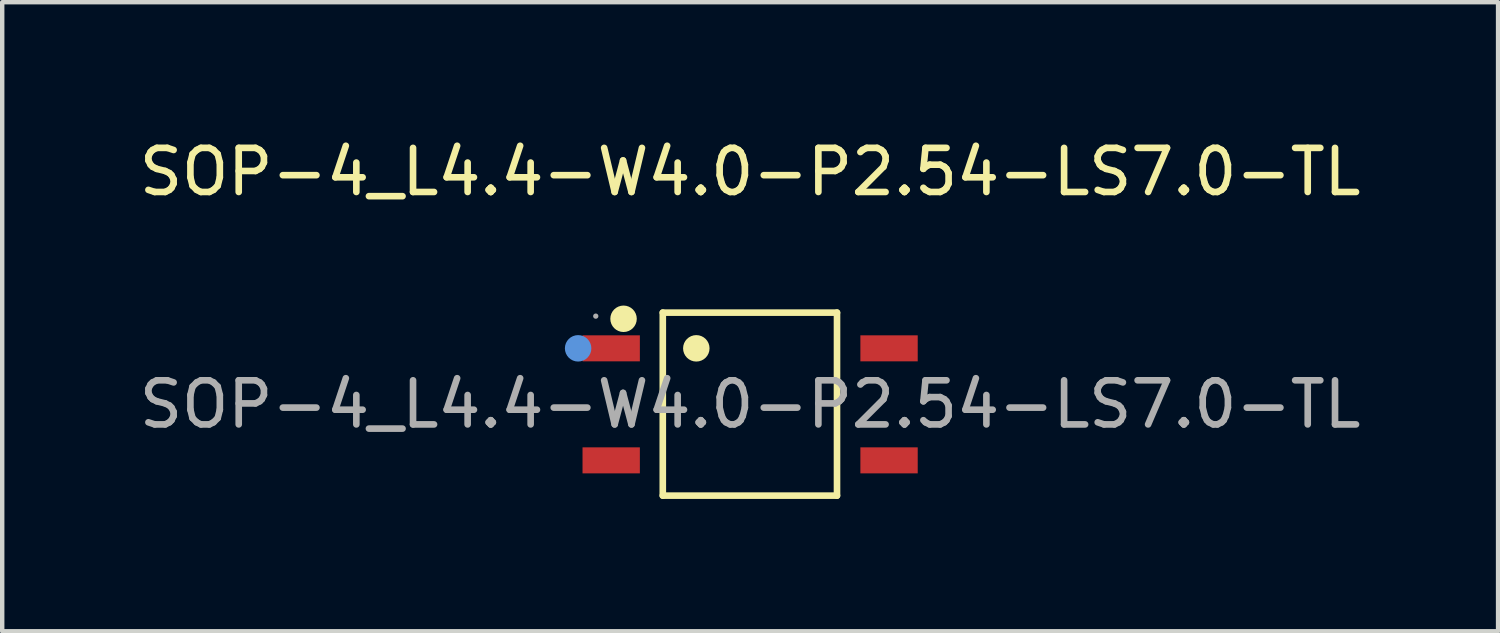
<source format=kicad_pcb>
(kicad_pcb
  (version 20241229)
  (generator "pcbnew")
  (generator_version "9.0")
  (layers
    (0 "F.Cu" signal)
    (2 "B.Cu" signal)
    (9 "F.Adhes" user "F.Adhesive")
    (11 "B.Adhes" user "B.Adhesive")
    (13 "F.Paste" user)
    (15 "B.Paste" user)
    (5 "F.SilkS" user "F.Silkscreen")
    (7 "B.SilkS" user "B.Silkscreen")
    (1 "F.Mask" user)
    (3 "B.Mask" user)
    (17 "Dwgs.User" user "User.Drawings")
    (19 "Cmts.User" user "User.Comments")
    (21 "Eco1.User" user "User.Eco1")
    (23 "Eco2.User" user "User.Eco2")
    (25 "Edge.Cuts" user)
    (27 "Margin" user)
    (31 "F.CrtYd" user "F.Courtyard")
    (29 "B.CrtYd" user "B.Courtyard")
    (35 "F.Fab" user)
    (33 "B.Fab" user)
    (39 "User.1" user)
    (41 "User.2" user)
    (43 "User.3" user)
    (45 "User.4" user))
  (footprint "SOP-4_L4.4-W4.0-P2.54-LS7.0-TL"
    (layer "F.Cu")
    (at 13.958 6.118)
    (property "Reference" "SOP-4_L4.4-W4.0-P2.54-LS7.0-TL" (at 0 -5.27 0) (layer "F.SilkS") (effects (font (size 1 1) (thickness 0.15))))
    (attr smd)
    (fp_line (start -1.98 -2.08) (end 1.97 -2.08) (stroke (width 0.15) (type solid)) (layer "F.SilkS"))
    (fp_line (start -1.98 2.07) (end -1.98 -2.08) (stroke (width 0.15) (type solid)) (layer "F.SilkS"))
    (fp_line (start 1.97 -2.08) (end 1.97 2.07) (stroke (width 0.15) (type solid)) (layer "F.SilkS"))
    (fp_line (start 1.97 2.07) (end -1.98 2.07) (stroke (width 0.15) (type solid)) (layer "F.SilkS"))
    (fp_circle (center -2.87 -1.94) (end -2.72 -1.94) (stroke (width 0.3) (type solid)) (fill no) (layer "F.SilkS"))
    (fp_circle (center -1.22 -1.27) (end -1.07 -1.27) (stroke (width 0.3) (type solid)) (fill no) (layer "F.SilkS"))
    (fp_circle (center -3.9 -1.27) (end -3.75 -1.27) (stroke (width 0.3) (type solid)) (fill no) (layer "Cmts.User"))
    (fp_circle (center -3.5 -2) (end -3.47 -2) (stroke (width 0.06) (type solid)) (fill no) (layer "F.Fab"))
    (fp_text user "${REFERENCE}" (at 0 0 0) (layer "F.Fab") (effects (font (size 1 1) (thickness 0.15))))
    (pad "1" smd rect (at -3.15 -1.27 270) (size 0.59 1.3) (layers "F.Cu" "F.Mask" "F.Paste"))
    (pad "2" smd rect (at -3.15 1.27 270) (size 0.59 1.3) (layers "F.Cu" "F.Mask" "F.Paste"))
    (pad "3" smd rect (at 3.15 1.27 270) (size 0.59 1.3) (layers "F.Cu" "F.Mask" "F.Paste"))
    (pad "4" smd rect (at 3.15 -1.27 270) (size 0.59 1.3) (layers "F.Cu" "F.Mask" "F.Paste")))
  (gr_rect
    (start -3 -3)
    (end 30.917 11.263)
    (stroke (width 0.1) (type default))
    (fill no)
    (layer "Edge.Cuts")))
</source>
